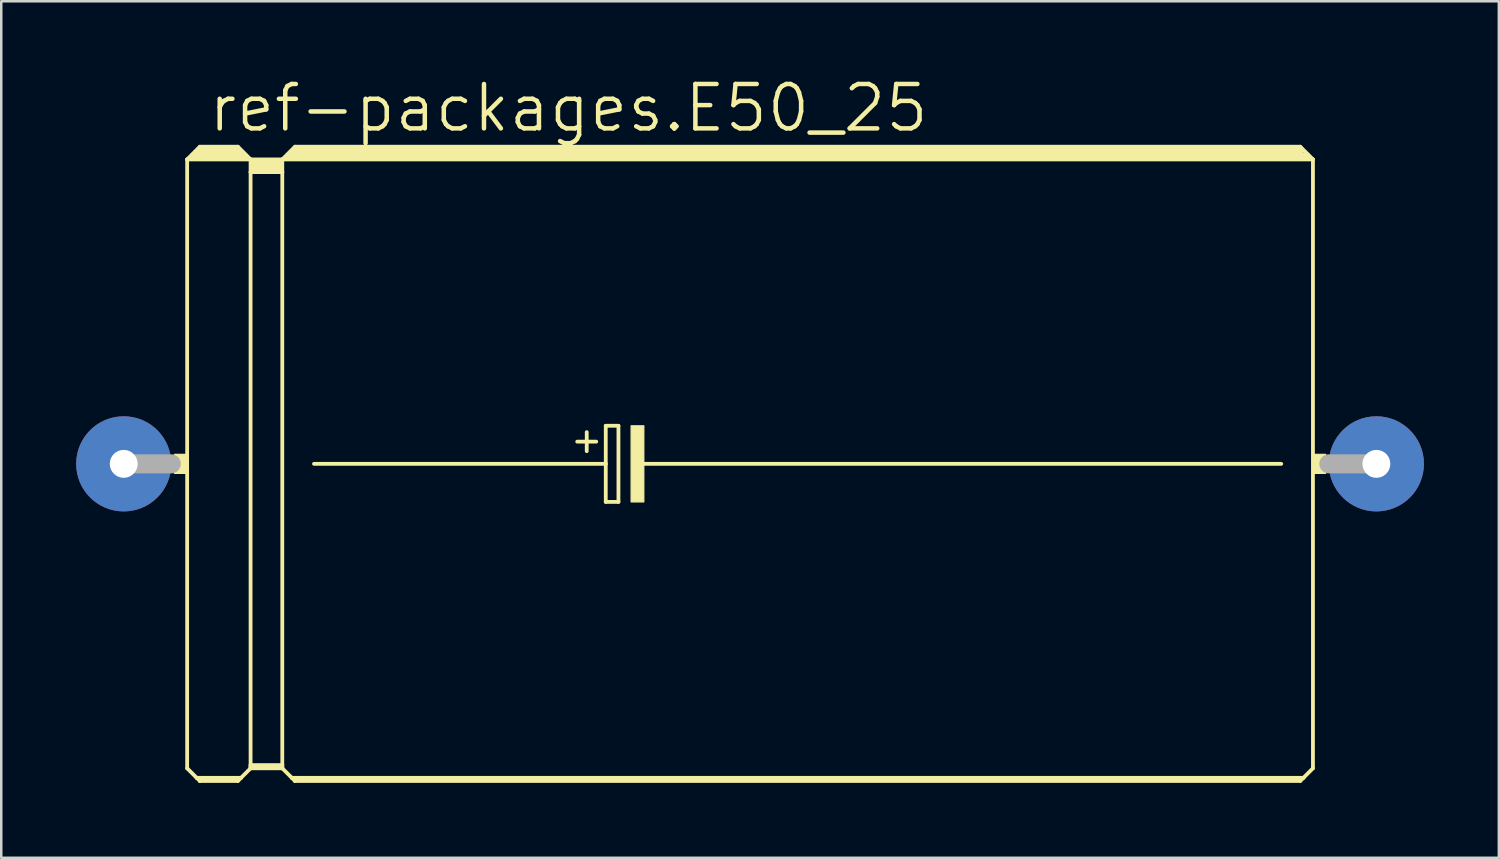
<source format=kicad_pcb>
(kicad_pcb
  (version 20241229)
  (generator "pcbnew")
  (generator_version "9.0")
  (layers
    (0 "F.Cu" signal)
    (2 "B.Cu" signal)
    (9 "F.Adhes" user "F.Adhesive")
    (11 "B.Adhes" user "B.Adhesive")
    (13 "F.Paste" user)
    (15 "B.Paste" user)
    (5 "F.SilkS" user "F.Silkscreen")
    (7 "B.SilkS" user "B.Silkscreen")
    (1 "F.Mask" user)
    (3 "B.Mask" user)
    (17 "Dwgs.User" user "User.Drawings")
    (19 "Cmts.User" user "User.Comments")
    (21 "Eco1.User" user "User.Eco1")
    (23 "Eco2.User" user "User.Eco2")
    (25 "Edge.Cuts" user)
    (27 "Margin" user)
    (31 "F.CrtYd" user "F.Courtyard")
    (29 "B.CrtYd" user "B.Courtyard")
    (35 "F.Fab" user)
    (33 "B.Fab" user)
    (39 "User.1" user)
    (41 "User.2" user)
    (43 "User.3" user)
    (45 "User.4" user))
  (footprint "ref-packages.E50_25"
    (layer "F.Cu")
    (at 27.305 15.526)
    (property "Reference" "ref-packages.E50_25" (at -22.098 -13.208 0) (layer "F.SilkS") (effects (font (size 1.778 1.778) (thickness 0.18)) (justify left bottom)))
    (attr through_hole)
    (fp_line (start -22.86 -12.192) (end -22.86 12.192) (stroke (width 0.152) (type default)) (layer "F.SilkS"))
    (fp_line (start -22.86 -12.192) (end -22.352 -12.7) (stroke (width 0.152) (type default)) (layer "F.SilkS"))
    (fp_line (start -22.86 -12.192) (end -20.32 -12.192) (stroke (width 0.152) (type default)) (layer "F.SilkS"))
    (fp_line (start -22.86 12.192) (end -22.479 12.573) (stroke (width 0.152) (type default)) (layer "F.SilkS"))
    (fp_line (start -22.606 -12.319) (end -22.479 -12.319) (stroke (width 0.305) (type default)) (layer "F.SilkS"))
    (fp_line (start -22.479 -12.319) (end -22.479 -12.446) (stroke (width 0.305) (type default)) (layer "F.SilkS"))
    (fp_line (start -22.479 -12.319) (end -20.701 -12.319) (stroke (width 0.305) (type default)) (layer "F.SilkS"))
    (fp_line (start -22.479 12.573) (end -22.352 12.7) (stroke (width 0.152) (type default)) (layer "F.SilkS"))
    (fp_line (start -22.479 12.573) (end -20.701 12.573) (stroke (width 0.152) (type default)) (layer "F.SilkS"))
    (fp_line (start -22.352 -12.7) (end -20.828 -12.7) (stroke (width 0.152) (type default)) (layer "F.SilkS"))
    (fp_line (start -22.352 -12.573) (end -20.828 -12.573) (stroke (width 0.305) (type default)) (layer "F.SilkS"))
    (fp_line (start -22.352 12.649) (end -20.828 12.649) (stroke (width 0.152) (type default)) (layer "F.SilkS"))
    (fp_line (start -22.352 12.7) (end -22.352 12.649) (stroke (width 0.152) (type default)) (layer "F.SilkS"))
    (fp_line (start -22.352 12.7) (end -20.828 12.7) (stroke (width 0.152) (type default)) (layer "F.SilkS"))
    (fp_line (start -20.701 -12.319) (end -20.701 -12.446) (stroke (width 0.305) (type default)) (layer "F.SilkS"))
    (fp_line (start -20.701 -12.319) (end -20.574 -12.319) (stroke (width 0.305) (type default)) (layer "F.SilkS"))
    (fp_line (start -20.701 12.573) (end -20.828 12.7) (stroke (width 0.152) (type default)) (layer "F.SilkS"))
    (fp_line (start -20.32 -12.192) (end -20.828 -12.7) (stroke (width 0.152) (type default)) (layer "F.SilkS"))
    (fp_line (start -20.32 -12.192) (end -20.32 -11.684) (stroke (width 0.152) (type default)) (layer "F.SilkS"))
    (fp_line (start -20.32 -12.192) (end -19.05 -12.192) (stroke (width 0.152) (type default)) (layer "F.SilkS"))
    (fp_line (start -20.32 -11.684) (end -20.32 12.065) (stroke (width 0.152) (type default)) (layer "F.SilkS"))
    (fp_line (start -20.32 -11.684) (end -19.05 -11.684) (stroke (width 0.152) (type default)) (layer "F.SilkS"))
    (fp_line (start -20.32 12.065) (end -20.32 12.141) (stroke (width 0.152) (type default)) (layer "F.SilkS"))
    (fp_line (start -20.32 12.065) (end -19.05 12.065) (stroke (width 0.152) (type default)) (layer "F.SilkS"))
    (fp_line (start -20.32 12.141) (end -20.32 12.192) (stroke (width 0.152) (type default)) (layer "F.SilkS"))
    (fp_line (start -20.32 12.141) (end -19.05 12.141) (stroke (width 0.152) (type default)) (layer "F.SilkS"))
    (fp_line (start -20.32 12.192) (end -20.701 12.573) (stroke (width 0.152) (type default)) (layer "F.SilkS"))
    (fp_line (start -20.32 12.192) (end -19.05 12.192) (stroke (width 0.152) (type default)) (layer "F.SilkS"))
    (fp_line (start -20.193 -12.065) (end -19.177 -12.065) (stroke (width 0.305) (type default)) (layer "F.SilkS"))
    (fp_line (start -20.193 -11.811) (end -19.177 -11.811) (stroke (width 0.305) (type default)) (layer "F.SilkS"))
    (fp_line (start -19.05 -12.192) (end -19.05 -11.684) (stroke (width 0.152) (type default)) (layer "F.SilkS"))
    (fp_line (start -19.05 -12.192) (end 22.225 -12.192) (stroke (width 0.152) (type default)) (layer "F.SilkS"))
    (fp_line (start -19.05 -11.684) (end -19.05 12.065) (stroke (width 0.152) (type default)) (layer "F.SilkS"))
    (fp_line (start -19.05 12.065) (end -19.05 12.141) (stroke (width 0.152) (type default)) (layer "F.SilkS"))
    (fp_line (start -19.05 12.141) (end -19.05 12.192) (stroke (width 0.152) (type default)) (layer "F.SilkS"))
    (fp_line (start -19.05 12.192) (end -18.669 12.573) (stroke (width 0.152) (type default)) (layer "F.SilkS"))
    (fp_line (start -18.796 -12.319) (end -18.669 -12.319) (stroke (width 0.305) (type default)) (layer "F.SilkS"))
    (fp_line (start -18.669 -12.319) (end -18.669 -12.446) (stroke (width 0.305) (type default)) (layer "F.SilkS"))
    (fp_line (start -18.669 -12.319) (end 21.971 -12.319) (stroke (width 0.305) (type default)) (layer "F.SilkS"))
    (fp_line (start -18.669 12.573) (end -18.542 12.7) (stroke (width 0.152) (type default)) (layer "F.SilkS"))
    (fp_line (start -18.669 12.573) (end 21.844 12.573) (stroke (width 0.152) (type default)) (layer "F.SilkS"))
    (fp_line (start -18.542 -12.7) (end -19.05 -12.192) (stroke (width 0.152) (type default)) (layer "F.SilkS"))
    (fp_line (start -18.542 -12.7) (end 21.717 -12.7) (stroke (width 0.152) (type default)) (layer "F.SilkS"))
    (fp_line (start -18.542 -12.573) (end 21.717 -12.573) (stroke (width 0.305) (type default)) (layer "F.SilkS"))
    (fp_line (start -18.542 12.649) (end 21.717 12.649) (stroke (width 0.152) (type default)) (layer "F.SilkS"))
    (fp_line (start -18.542 12.7) (end -18.542 12.649) (stroke (width 0.152) (type default)) (layer "F.SilkS"))
    (fp_line (start -17.78 0) (end -6.096 0) (stroke (width 0.152) (type default)) (layer "F.SilkS"))
    (fp_line (start -7.239 -0.889) (end -6.477 -0.889) (stroke (width 0.152) (type default)) (layer "F.SilkS"))
    (fp_line (start -6.858 -1.27) (end -6.858 -0.508) (stroke (width 0.152) (type default)) (layer "F.SilkS"))
    (fp_line (start -6.096 -1.524) (end -6.096 0) (stroke (width 0.152) (type default)) (layer "F.SilkS"))
    (fp_line (start -6.096 0) (end -6.096 1.524) (stroke (width 0.152) (type default)) (layer "F.SilkS"))
    (fp_line (start -6.096 1.524) (end -5.588 1.524) (stroke (width 0.152) (type default)) (layer "F.SilkS"))
    (fp_line (start -5.588 -1.524) (end -6.096 -1.524) (stroke (width 0.152) (type default)) (layer "F.SilkS"))
    (fp_line (start -5.588 1.524) (end -5.588 -1.524) (stroke (width 0.152) (type default)) (layer "F.SilkS"))
    (fp_line (start -4.699 0) (end 20.955 0) (stroke (width 0.152) (type default)) (layer "F.SilkS"))
    (fp_line (start 21.717 -12.7) (end 22.225 -12.192) (stroke (width 0.152) (type default)) (layer "F.SilkS"))
    (fp_line (start 21.717 12.7) (end -18.542 12.7) (stroke (width 0.152) (type default)) (layer "F.SilkS"))
    (fp_line (start 21.844 12.573) (end 21.717 12.7) (stroke (width 0.152) (type default)) (layer "F.SilkS"))
    (fp_line (start 22.225 -12.192) (end 22.225 12.192) (stroke (width 0.152) (type default)) (layer "F.SilkS"))
    (fp_line (start 22.225 12.192) (end 21.844 12.573) (stroke (width 0.152) (type default)) (layer "F.SilkS"))
    (fp_rect (start -23.368 0.381) (end -22.86 -0.381) (stroke (width 0.05) (type default)) (fill yes) (layer "F.SilkS"))
    (fp_rect (start -5.08 1.524) (end -4.572 -1.524) (stroke (width 0.05) (type default)) (fill yes) (layer "F.SilkS"))
    (fp_rect (start 22.225 0.381) (end 22.733 -0.381) (stroke (width 0.05) (type default)) (fill yes) (layer "F.SilkS"))
    (fp_line (start -25.4 0) (end -23.495 0) (stroke (width 0.762) (type default)) (layer "F.Fab"))
    (fp_line (start 24.765 0) (end 22.86 0) (stroke (width 0.762) (type default)) (layer "F.Fab"))
    (pad "+" thru_hole circle (at -25.4 0) (size 3.81 3.81) (drill 1.118) (layers "*.Cu" "*.Mask"))
    (pad "-" thru_hole circle (at 24.765 0) (size 3.81 3.81) (drill 1.118) (layers "*.Cu" "*.Mask")))
  (gr_rect
    (start -3 -3)
    (end 56.975 31.302)
    (stroke (width 0.1) (type default))
    (fill no)
    (layer "Edge.Cuts")))
</source>
